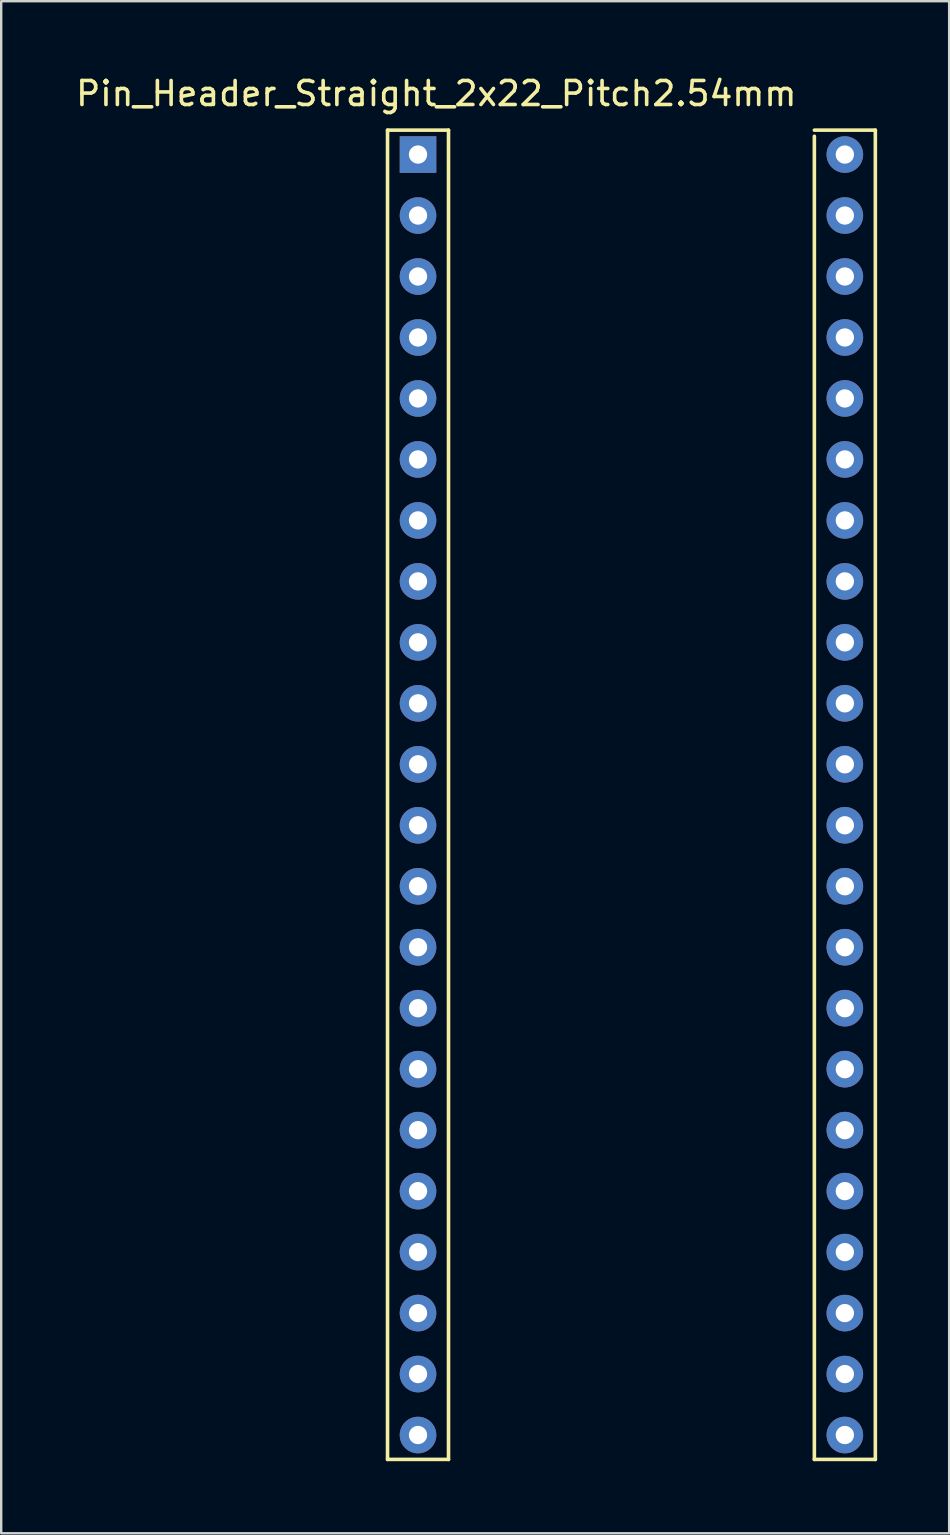
<source format=kicad_pcb>
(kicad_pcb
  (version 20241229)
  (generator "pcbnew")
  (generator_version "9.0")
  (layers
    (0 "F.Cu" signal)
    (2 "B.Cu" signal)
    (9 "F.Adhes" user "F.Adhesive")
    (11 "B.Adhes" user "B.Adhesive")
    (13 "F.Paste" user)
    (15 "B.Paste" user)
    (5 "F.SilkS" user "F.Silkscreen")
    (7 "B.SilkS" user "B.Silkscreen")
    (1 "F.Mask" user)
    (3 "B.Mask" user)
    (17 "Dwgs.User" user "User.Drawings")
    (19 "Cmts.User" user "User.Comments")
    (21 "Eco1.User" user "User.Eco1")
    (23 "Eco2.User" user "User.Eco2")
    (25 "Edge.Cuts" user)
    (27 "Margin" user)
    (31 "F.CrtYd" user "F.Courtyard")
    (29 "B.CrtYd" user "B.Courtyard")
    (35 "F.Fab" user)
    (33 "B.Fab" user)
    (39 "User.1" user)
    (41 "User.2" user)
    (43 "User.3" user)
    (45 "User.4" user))
  (footprint "Pin_Header_Straight_2x22_Pitch2.54mm"
    (layer "F.Cu")
    (at 23.253 29.804)
    (property "Reference" "Pin_Header_Straight_2x22_Pitch2.54mm" (at -8.128 -28.956 0) (layer "F.SilkS") (effects (font (size 1 1) (thickness 0.15))))
    (attr through_hole)
    (fp_line (start -10.16 -27.432) (end -10.16 27.94) (stroke (width 0.15) (type solid)) (layer "F.SilkS"))
    (fp_line (start -10.16 27.94) (end -7.62 27.94) (stroke (width 0.15) (type solid)) (layer "F.SilkS"))
    (fp_line (start -7.62 -27.432) (end -10.16 -27.432) (stroke (width 0.15) (type solid)) (layer "F.SilkS"))
    (fp_line (start -7.62 27.94) (end -7.62 -27.432) (stroke (width 0.15) (type solid)) (layer "F.SilkS"))
    (fp_line (start 7.62 -27.178) (end 7.62 27.94) (stroke (width 0.15) (type solid)) (layer "F.SilkS"))
    (fp_line (start 7.62 27.94) (end 10.16 27.94) (stroke (width 0.15) (type solid)) (layer "F.SilkS"))
    (fp_line (start 10.16 -27.432) (end 7.62 -27.432) (stroke (width 0.15) (type solid)) (layer "F.SilkS"))
    (fp_line (start 10.16 27.94) (end 10.16 -27.432) (stroke (width 0.15) (type solid)) (layer "F.SilkS"))
    (pad "1" thru_hole rect (at -8.89 -26.416) (size 1.524 1.524) (drill 0.762) (layers "*.Cu" "*.Mask"))
    (pad "2" thru_hole circle (at -8.89 -23.876) (size 1.524 1.524) (drill 0.762) (layers "*.Cu" "*.Mask"))
    (pad "3" thru_hole circle (at -8.89 -21.336) (size 1.524 1.524) (drill 0.762) (layers "*.Cu" "*.Mask"))
    (pad "4" thru_hole circle (at -8.89 -18.796) (size 1.524 1.524) (drill 0.762) (layers "*.Cu" "*.Mask"))
    (pad "5" thru_hole circle (at -8.89 -16.256) (size 1.524 1.524) (drill 0.762) (layers "*.Cu" "*.Mask"))
    (pad "6" thru_hole circle (at -8.89 -13.716) (size 1.524 1.524) (drill 0.762) (layers "*.Cu" "*.Mask"))
    (pad "7" thru_hole circle (at -8.89 -11.176) (size 1.524 1.524) (drill 0.762) (layers "*.Cu" "*.Mask"))
    (pad "8" thru_hole circle (at -8.89 -8.636) (size 1.524 1.524) (drill 0.762) (layers "*.Cu" "*.Mask"))
    (pad "9" thru_hole circle (at -8.89 -6.096) (size 1.524 1.524) (drill 0.762) (layers "*.Cu" "*.Mask"))
    (pad "10" thru_hole circle (at -8.89 -3.556) (size 1.524 1.524) (drill 0.762) (layers "*.Cu" "*.Mask"))
    (pad "11" thru_hole circle (at -8.89 -1.016) (size 1.524 1.524) (drill 0.762) (layers "*.Cu" "*.Mask"))
    (pad "12" thru_hole circle (at -8.89 1.524) (size 1.524 1.524) (drill 0.762) (layers "*.Cu" "*.Mask"))
    (pad "13" thru_hole circle (at -8.89 4.064) (size 1.524 1.524) (drill 0.762) (layers "*.Cu" "*.Mask"))
    (pad "14" thru_hole circle (at -8.89 6.604) (size 1.524 1.524) (drill 0.762) (layers "*.Cu" "*.Mask"))
    (pad "15" thru_hole circle (at -8.89 9.144) (size 1.524 1.524) (drill 0.762) (layers "*.Cu" "*.Mask"))
    (pad "16" thru_hole circle (at -8.89 11.684) (size 1.524 1.524) (drill 0.762) (layers "*.Cu" "*.Mask"))
    (pad "17" thru_hole circle (at -8.89 14.224) (size 1.524 1.524) (drill 0.762) (layers "*.Cu" "*.Mask"))
    (pad "18" thru_hole circle (at -8.89 16.764) (size 1.524 1.524) (drill 0.762) (layers "*.Cu" "*.Mask"))
    (pad "19" thru_hole circle (at -8.89 19.304) (size 1.524 1.524) (drill 0.762) (layers "*.Cu" "*.Mask"))
    (pad "20" thru_hole circle (at -8.89 21.844) (size 1.524 1.524) (drill 0.762) (layers "*.Cu" "*.Mask"))
    (pad "21" thru_hole circle (at -8.89 24.384) (size 1.524 1.524) (drill 0.762) (layers "*.Cu" "*.Mask"))
    (pad "22" thru_hole circle (at -8.89 26.924) (size 1.524 1.524) (drill 0.762) (layers "*.Cu" "*.Mask"))
    (pad "23" thru_hole circle (at 8.89 26.924) (size 1.524 1.524) (drill 0.762) (layers "*.Cu" "*.Mask"))
    (pad "24" thru_hole circle (at 8.89 24.384) (size 1.524 1.524) (drill 0.762) (layers "*.Cu" "*.Mask"))
    (pad "25" thru_hole circle (at 8.89 21.844) (size 1.524 1.524) (drill 0.762) (layers "*.Cu" "*.Mask"))
    (pad "26" thru_hole circle (at 8.89 19.304) (size 1.524 1.524) (drill 0.762) (layers "*.Cu" "*.Mask"))
    (pad "27" thru_hole circle (at 8.89 16.764) (size 1.524 1.524) (drill 0.762) (layers "*.Cu" "*.Mask"))
    (pad "28" thru_hole circle (at 8.89 14.224) (size 1.524 1.524) (drill 0.762) (layers "*.Cu" "*.Mask"))
    (pad "29" thru_hole circle (at 8.89 11.684) (size 1.524 1.524) (drill 0.762) (layers "*.Cu" "*.Mask"))
    (pad "30" thru_hole circle (at 8.89 9.144) (size 1.524 1.524) (drill 0.762) (layers "*.Cu" "*.Mask"))
    (pad "31" thru_hole circle (at 8.89 6.604) (size 1.524 1.524) (drill 0.762) (layers "*.Cu" "*.Mask"))
    (pad "32" thru_hole circle (at 8.89 4.064) (size 1.524 1.524) (drill 0.762) (layers "*.Cu" "*.Mask"))
    (pad "33" thru_hole circle (at 8.89 1.524) (size 1.524 1.524) (drill 0.762) (layers "*.Cu" "*.Mask"))
    (pad "34" thru_hole circle (at 8.89 -1.016) (size 1.524 1.524) (drill 0.762) (layers "*.Cu" "*.Mask"))
    (pad "35" thru_hole circle (at 8.89 -3.556) (size 1.524 1.524) (drill 0.762) (layers "*.Cu" "*.Mask"))
    (pad "36" thru_hole circle (at 8.89 -6.096) (size 1.524 1.524) (drill 0.762) (layers "*.Cu" "*.Mask"))
    (pad "37" thru_hole circle (at 8.89 -8.636) (size 1.524 1.524) (drill 0.762) (layers "*.Cu" "*.Mask"))
    (pad "38" thru_hole circle (at 8.89 -11.176) (size 1.524 1.524) (drill 0.762) (layers "*.Cu" "*.Mask"))
    (pad "39" thru_hole circle (at 8.89 -13.716) (size 1.524 1.524) (drill 0.762) (layers "*.Cu" "*.Mask"))
    (pad "40" thru_hole circle (at 8.89 -16.256) (size 1.524 1.524) (drill 0.762) (layers "*.Cu" "*.Mask"))
    (pad "41" thru_hole circle (at 8.89 -18.796) (size 1.524 1.524) (drill 0.762) (layers "*.Cu" "*.Mask"))
    (pad "42" thru_hole circle (at 8.89 -21.336) (size 1.524 1.524) (drill 0.762) (layers "*.Cu" "*.Mask"))
    (pad "43" thru_hole circle (at 8.89 -23.876) (size 1.524 1.524) (drill 0.762) (layers "*.Cu" "*.Mask"))
    (pad "44" thru_hole circle (at 8.89 -26.416) (size 1.524 1.524) (drill 0.762) (layers "*.Cu" "*.Mask")))
  (gr_rect
    (start -3 -3)
    (end 36.488 60.819)
    (stroke (width 0.1) (type default))
    (fill no)
    (layer "Edge.Cuts")))
</source>
